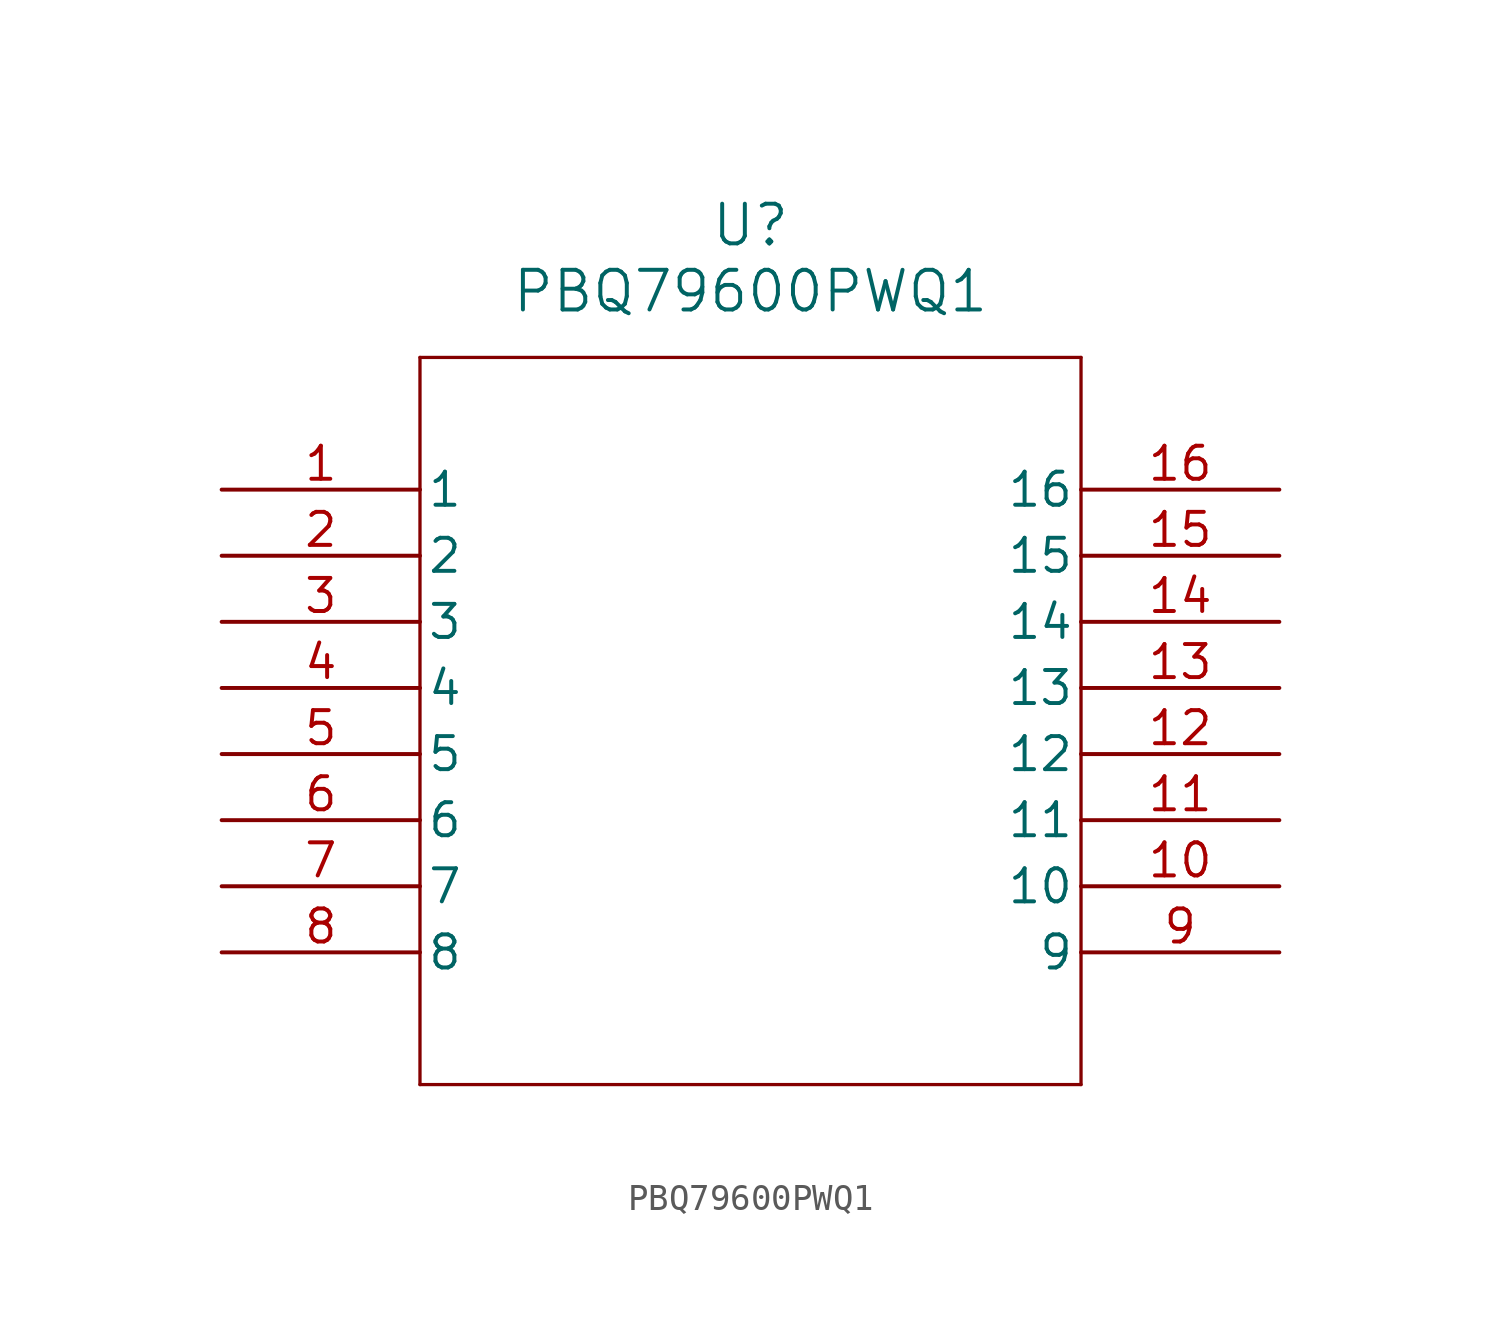
<source format=kicad_sym>
(kicad_symbol_lib
  (version 20211014)
  (generator kicad_symbol_editor)
  (symbol "PBQ79600PWQ1"
    (pin_names
      (offset 0.254))
    (property "Reference" "U"
      (at 20.32 10.16 0)
      (effects (font (size 1.524 1.524))))
    (property "Value" "PBQ79600PWQ1"
      (at 20.32 7.62 0)
      (effects (font (size 1.524 1.524))))
    (symbol "PBQ79600PWQ1_0_1"
      (polyline (pts (xy 7.62 5.08) (xy 7.62 -22.86)) (stroke (width 0.127) (type default) (color 0 0 0 0)) (fill (type none)))
      (polyline (pts (xy 7.62 -22.86) (xy 33.02 -22.86)) (stroke (width 0.127) (type default) (color 0 0 0 0)) (fill (type none)))
      (polyline (pts (xy 33.02 -22.86) (xy 33.02 5.08)) (stroke (width 0.127) (type default) (color 0 0 0 0)) (fill (type none)))
      (polyline (pts (xy 33.02 5.08) (xy 7.62 5.08)) (stroke (width 0.127) (type default) (color 0 0 0 0)) (fill (type none)))
      (pin unspecified line (at 0 0 0) (length 7.62) (name "1" (effects (font (size 1.27 1.27)))) (number "1" (effects (font (size 1.27 1.27)))))
      (pin unspecified line (at 0 -2.54 0) (length 7.62) (name "2" (effects (font (size 1.27 1.27)))) (number "2" (effects (font (size 1.27 1.27)))))
      (pin unspecified line (at 0 -5.08 0) (length 7.62) (name "3" (effects (font (size 1.27 1.27)))) (number "3" (effects (font (size 1.27 1.27)))))
      (pin unspecified line (at 0 -7.62 0) (length 7.62) (name "4" (effects (font (size 1.27 1.27)))) (number "4" (effects (font (size 1.27 1.27)))))
      (pin unspecified line (at 0 -10.16 0) (length 7.62) (name "5" (effects (font (size 1.27 1.27)))) (number "5" (effects (font (size 1.27 1.27)))))
      (pin unspecified line (at 0 -12.7 0) (length 7.62) (name "6" (effects (font (size 1.27 1.27)))) (number "6" (effects (font (size 1.27 1.27)))))
      (pin unspecified line (at 0 -15.24 0) (length 7.62) (name "7" (effects (font (size 1.27 1.27)))) (number "7" (effects (font (size 1.27 1.27)))))
      (pin unspecified line (at 0 -17.78 0) (length 7.62) (name "8" (effects (font (size 1.27 1.27)))) (number "8" (effects (font (size 1.27 1.27)))))
      (pin unspecified line (at 40.64 -17.78 180) (length 7.62) (name "9" (effects (font (size 1.27 1.27)))) (number "9" (effects (font (size 1.27 1.27)))))
      (pin unspecified line (at 40.64 -15.24 180) (length 7.62) (name "10" (effects (font (size 1.27 1.27)))) (number "10" (effects (font (size 1.27 1.27)))))
      (pin unspecified line (at 40.64 -12.7 180) (length 7.62) (name "11" (effects (font (size 1.27 1.27)))) (number "11" (effects (font (size 1.27 1.27)))))
      (pin unspecified line (at 40.64 -10.16 180) (length 7.62) (name "12" (effects (font (size 1.27 1.27)))) (number "12" (effects (font (size 1.27 1.27)))))
      (pin unspecified line (at 40.64 -7.62 180) (length 7.62) (name "13" (effects (font (size 1.27 1.27)))) (number "13" (effects (font (size 1.27 1.27)))))
      (pin unspecified line (at 40.64 -5.08 180) (length 7.62) (name "14" (effects (font (size 1.27 1.27)))) (number "14" (effects (font (size 1.27 1.27)))))
      (pin unspecified line (at 40.64 -2.54 180) (length 7.62) (name "15" (effects (font (size 1.27 1.27)))) (number "15" (effects (font (size 1.27 1.27)))))
      (pin unspecified line (at 40.64 0 180) (length 7.62) (name "16" (effects (font (size 1.27 1.27)))) (number "16" (effects (font (size 1.27 1.27))))))))
</source>
